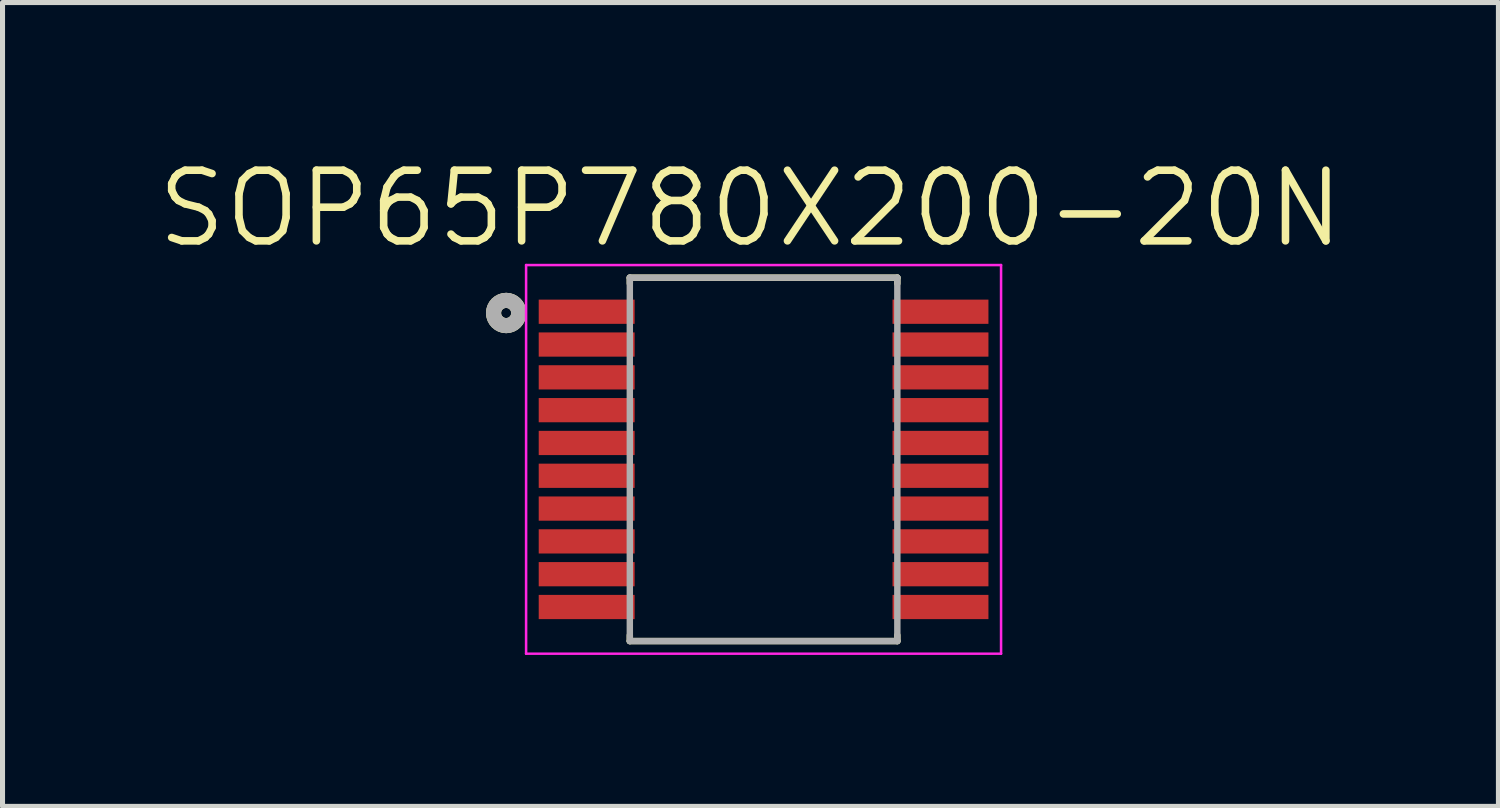
<source format=kicad_pcb>
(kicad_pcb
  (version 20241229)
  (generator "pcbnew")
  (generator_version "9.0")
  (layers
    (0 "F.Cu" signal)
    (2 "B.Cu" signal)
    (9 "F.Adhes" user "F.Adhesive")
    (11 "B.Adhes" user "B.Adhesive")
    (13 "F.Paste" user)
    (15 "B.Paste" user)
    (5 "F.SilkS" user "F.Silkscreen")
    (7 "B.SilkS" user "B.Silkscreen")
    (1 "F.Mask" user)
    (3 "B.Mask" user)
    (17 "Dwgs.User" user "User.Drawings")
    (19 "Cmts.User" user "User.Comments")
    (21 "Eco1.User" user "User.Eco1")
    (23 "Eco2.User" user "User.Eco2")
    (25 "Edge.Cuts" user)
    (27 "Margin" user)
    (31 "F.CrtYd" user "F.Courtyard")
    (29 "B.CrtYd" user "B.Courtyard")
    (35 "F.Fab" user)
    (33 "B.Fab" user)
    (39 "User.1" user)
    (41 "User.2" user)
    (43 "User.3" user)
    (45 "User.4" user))
  (footprint "SOP65P780X200-20N"
    (layer "F.Cu")
    (at 12.078 6.051)
    (property "Reference" "SOP65P780X200-20N" (at -0.26 -4.969 0) (layer "F.SilkS") (effects (font (size 1.4 1.4) (thickness 0.15))))
    (attr through_hole)
    (fp_line (start -2.65 -3.6) (end 2.65 -3.6) (stroke (width 0.127) (type solid)) (layer "F.SilkS"))
    (fp_line (start -2.65 -3.485) (end -2.65 -3.6) (stroke (width 0.127) (type solid)) (layer "F.SilkS"))
    (fp_line (start -2.65 3.485) (end -2.65 3.6) (stroke (width 0.127) (type solid)) (layer "F.SilkS"))
    (fp_line (start -2.65 3.6) (end 2.65 3.6) (stroke (width 0.127) (type solid)) (layer "F.SilkS"))
    (fp_line (start 2.65 -3.6) (end 2.65 -3.485) (stroke (width 0.127) (type solid)) (layer "F.SilkS"))
    (fp_line (start 2.65 3.6) (end 2.65 3.485) (stroke (width 0.127) (type solid)) (layer "F.SilkS"))
    (fp_circle (center -5.1 -2.9) (end -5 -2.9) (stroke (width 0.3) (type solid)) (fill no) (layer "F.SilkS"))
    (fp_line (start -4.705 -3.85) (end 4.705 -3.85) (stroke (width 0.05) (type solid)) (layer "F.CrtYd"))
    (fp_line (start -4.705 3.85) (end -4.705 -3.85) (stroke (width 0.05) (type solid)) (layer "F.CrtYd"))
    (fp_line (start 4.705 -3.85) (end 4.705 3.85) (stroke (width 0.05) (type solid)) (layer "F.CrtYd"))
    (fp_line (start 4.705 3.85) (end -4.705 3.85) (stroke (width 0.05) (type solid)) (layer "F.CrtYd"))
    (fp_line (start -2.65 -3.6) (end 2.65 -3.6) (stroke (width 0.127) (type solid)) (layer "F.Fab"))
    (fp_line (start -2.65 3.6) (end -2.65 -3.6) (stroke (width 0.127) (type solid)) (layer "F.Fab"))
    (fp_line (start 2.65 -3.6) (end 2.65 3.6) (stroke (width 0.127) (type solid)) (layer "F.Fab"))
    (fp_line (start 2.65 3.6) (end -2.65 3.6) (stroke (width 0.127) (type solid)) (layer "F.Fab"))
    (fp_circle (center -5.1 -2.9) (end -5 -2.9) (stroke (width 0.3) (type solid)) (fill no) (layer "F.Fab"))
    (pad "1" smd rect (at -3.505 -2.925) (size 1.9 0.48) (layers "F.Cu" "F.Mask" "F.Paste"))
    (pad "2" smd rect (at -3.505 -2.275) (size 1.9 0.48) (layers "F.Cu" "F.Mask" "F.Paste"))
    (pad "3" smd rect (at -3.505 -1.625) (size 1.9 0.48) (layers "F.Cu" "F.Mask" "F.Paste"))
    (pad "4" smd rect (at -3.505 -0.975) (size 1.9 0.48) (layers "F.Cu" "F.Mask" "F.Paste"))
    (pad "5" smd rect (at -3.505 -0.325) (size 1.9 0.48) (layers "F.Cu" "F.Mask" "F.Paste"))
    (pad "6" smd rect (at -3.505 0.325) (size 1.9 0.48) (layers "F.Cu" "F.Mask" "F.Paste"))
    (pad "7" smd rect (at -3.505 0.975) (size 1.9 0.48) (layers "F.Cu" "F.Mask" "F.Paste"))
    (pad "8" smd rect (at -3.505 1.625) (size 1.9 0.48) (layers "F.Cu" "F.Mask" "F.Paste"))
    (pad "9" smd rect (at -3.505 2.275) (size 1.9 0.48) (layers "F.Cu" "F.Mask" "F.Paste"))
    (pad "10" smd rect (at -3.505 2.925) (size 1.9 0.48) (layers "F.Cu" "F.Mask" "F.Paste"))
    (pad "11" smd rect (at 3.505 2.925) (size 1.9 0.48) (layers "F.Cu" "F.Mask" "F.Paste"))
    (pad "12" smd rect (at 3.505 2.275) (size 1.9 0.48) (layers "F.Cu" "F.Mask" "F.Paste"))
    (pad "13" smd rect (at 3.505 1.625) (size 1.9 0.48) (layers "F.Cu" "F.Mask" "F.Paste"))
    (pad "14" smd rect (at 3.505 0.975) (size 1.9 0.48) (layers "F.Cu" "F.Mask" "F.Paste"))
    (pad "15" smd rect (at 3.505 0.325) (size 1.9 0.48) (layers "F.Cu" "F.Mask" "F.Paste"))
    (pad "16" smd rect (at 3.505 -0.325) (size 1.9 0.48) (layers "F.Cu" "F.Mask" "F.Paste"))
    (pad "17" smd rect (at 3.505 -0.975) (size 1.9 0.48) (layers "F.Cu" "F.Mask" "F.Paste"))
    (pad "18" smd rect (at 3.505 -1.625) (size 1.9 0.48) (layers "F.Cu" "F.Mask" "F.Paste"))
    (pad "19" smd rect (at 3.505 -2.275) (size 1.9 0.48) (layers "F.Cu" "F.Mask" "F.Paste"))
    (pad "20" smd rect (at 3.505 -2.925) (size 1.9 0.48) (layers "F.Cu" "F.Mask" "F.Paste")))
  (gr_rect
    (start -3 -3)
    (end 26.637 12.926)
    (stroke (width 0.1) (type default))
    (fill no)
    (layer "Edge.Cuts")))
</source>
